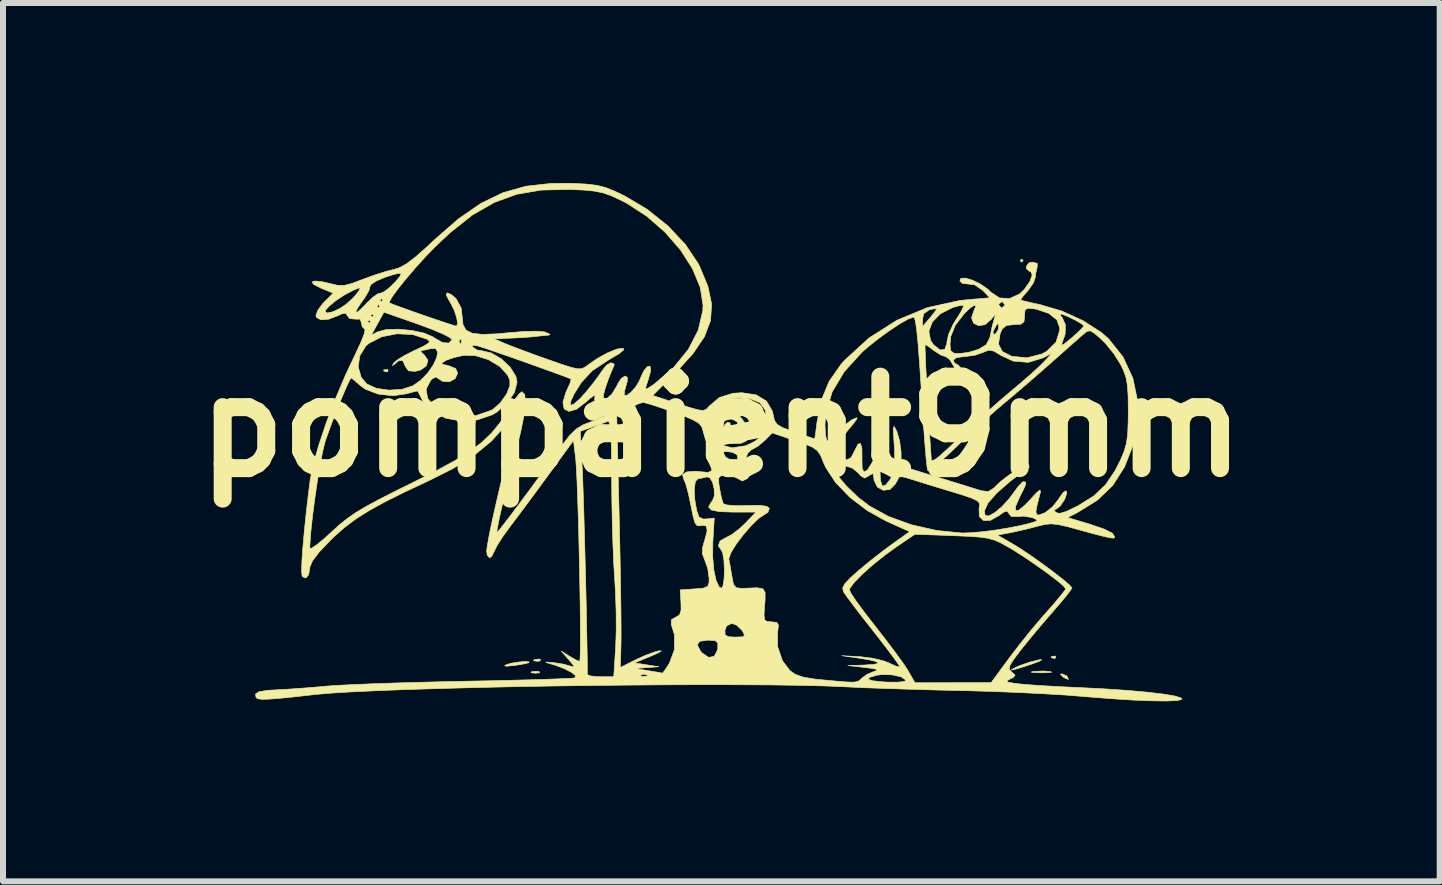
<source format=kicad_pcb>
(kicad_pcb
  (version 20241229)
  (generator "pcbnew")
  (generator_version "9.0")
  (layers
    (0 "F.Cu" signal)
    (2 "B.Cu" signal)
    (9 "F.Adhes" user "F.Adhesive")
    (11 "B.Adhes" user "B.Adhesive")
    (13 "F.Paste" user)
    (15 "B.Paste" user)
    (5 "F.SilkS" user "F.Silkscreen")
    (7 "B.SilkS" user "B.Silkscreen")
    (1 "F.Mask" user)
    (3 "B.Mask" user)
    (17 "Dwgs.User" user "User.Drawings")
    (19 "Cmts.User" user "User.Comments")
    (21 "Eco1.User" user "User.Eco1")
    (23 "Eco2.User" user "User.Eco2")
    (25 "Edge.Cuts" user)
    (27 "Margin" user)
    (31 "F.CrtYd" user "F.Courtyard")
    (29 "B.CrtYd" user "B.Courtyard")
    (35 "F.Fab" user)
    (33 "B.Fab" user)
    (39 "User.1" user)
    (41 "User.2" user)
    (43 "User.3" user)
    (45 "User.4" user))
  (footprint "pompaient9mm"
    (layer "F.Cu")
    (at 8.97 4.061)
    (property "Reference" "pompaient9mm" (at 0 0 0) (layer "F.SilkS") (effects (font (size 1.524 1.524) (thickness 0.3))))
    (attr through_hole)
    (fp_poly (pts (xy 5.029 -2.769) (xy 5.004 -2.743) (xy 4.978 -2.769) (xy 5.004 -2.794) (xy 5.029 -2.769)) (stroke (width 0.01) (type solid)) (fill yes) (layer "F.SilkS"))
    (fp_poly (pts (xy -5.554 -0.948) (xy -5.561 -0.918) (xy -5.588 -0.914) (xy -5.63 -0.933) (xy -5.622 -0.948) (xy -5.562 -0.954) (xy -5.554 -0.948)) (stroke (width 0.01) (type solid)) (fill yes) (layer "F.SilkS"))
    (fp_poly (pts (xy -3.035 4.081) (xy -3.029 4.1) (xy -3.099 4.107) (xy -3.171 4.099) (xy -3.162 4.081) (xy -3.058 4.074) (xy -3.035 4.081)) (stroke (width 0.01) (type solid)) (fill yes) (layer "F.SilkS"))
    (fp_poly (pts (xy -3.011 3.881) (xy -3.026 3.904) (xy -3.078 3.908) (xy -3.132 3.895) (xy -3.108 3.877) (xy -3.029 3.871) (xy -3.011 3.881)) (stroke (width 0.01) (type solid)) (fill yes) (layer "F.SilkS"))
    (fp_poly (pts (xy 5.571 3.827) (xy 5.564 3.857) (xy 5.537 3.861) (xy 5.495 3.842) (xy 5.503 3.827) (xy 5.564 3.821) (xy 5.571 3.827)) (stroke (width 0.01) (type solid)) (fill yes) (layer "F.SilkS"))
    (fp_poly (pts (xy 5.755 4.152) (xy 5.766 4.166) (xy 5.784 4.211) (xy 5.736 4.194) (xy 5.69 4.166) (xy 5.651 4.125) (xy 5.674 4.116) (xy 5.755 4.152)) (stroke (width 0.01) (type solid)) (fill yes) (layer "F.SilkS"))
    (fp_poly (pts (xy 5.474 4.078) (xy 5.505 4.089) (xy 5.448 4.097) (xy 5.334 4.1) (xy 5.209 4.096) (xy 5.162 4.088) (xy 5.194 4.078) (xy 5.358 4.07) (xy 5.474 4.078)) (stroke (width 0.01) (type solid)) (fill yes) (layer "F.SilkS"))
    (fp_poly (pts (xy -3.207 3.917) (xy -3.205 3.93) (xy -3.263 3.947) (xy -3.387 3.969) (xy -3.454 3.978) (xy -3.582 3.991) (xy -3.611 3.98) (xy -3.581 3.964) (xy -3.494 3.939) (xy -3.38 3.921) (xy -3.273 3.912) (xy -3.207 3.917)) (stroke (width 0.01) (type solid)) (fill yes) (layer "F.SilkS"))
    (fp_poly (pts (xy 5.34 3.883) (xy 5.293 3.91) (xy 5.169 3.956) (xy 5.156 3.96) (xy 4.961 4.023) (xy 4.853 4.053) (xy 4.833 4.049) (xy 4.904 4.011) (xy 4.971 3.981) (xy 5.138 3.922) (xy 5.3 3.882) (xy 5.301 3.882) (xy 5.34 3.883)) (stroke (width 0.01) (type solid)) (fill yes) (layer "F.SilkS"))
    (fp_poly (pts (xy -2.254 -4.044) (xy -2.075 -4.023) (xy -1.922 -3.984) (xy -1.759 -3.917) (xy -1.606 -3.843) (xy -1.233 -3.621) (xy -0.89 -3.346) (xy -0.6 -3.038) (xy -0.386 -2.719) (xy -0.363 -2.674) (xy -0.224 -2.34) (xy -0.162 -2.044) (xy -0.18 -1.769) (xy -0.282 -1.5) (xy -0.471 -1.221) (xy -0.731 -0.933) (xy -1.143 -0.521) (xy -0.714 -0.381) (xy -0.509 -0.315) (xy -0.379 -0.28) (xy -0.3 -0.272) (xy -0.251 -0.291) (xy -0.209 -0.335) (xy -0.204 -0.342) (xy -0.033 -0.487) (xy 0.193 -0.558) (xy 0.342 -0.567) (xy 0.581 -0.531) (xy 0.753 -0.427) (xy 0.85 -0.26) (xy 0.864 -0.198) (xy 0.885 -0.104) (xy 0.929 -0.039) (xy 1.02 0.014) (xy 1.181 0.075) (xy 1.219 0.088) (xy 1.384 0.145) (xy 1.505 0.186) (xy 1.555 0.203) (xy 1.555 0.203) (xy 1.564 0.157) (xy 1.579 0.04) (xy 1.59 -0.043) (xy 1.727 -0.043) (xy 1.734 0.134) (xy 1.757 0.227) (xy 1.8 0.254) (xy 1.873 0.212) (xy 1.905 0.154) (xy 1.962 0.066) (xy 2.065 -0.035) (xy 2.177 -0.118) (xy 2.262 -0.152) (xy 2.251 -0.119) (xy 2.186 -0.033) (xy 2.114 0.051) (xy 1.98 0.227) (xy 1.934 0.366) (xy 1.973 0.477) (xy 1.991 0.498) (xy 2.084 0.555) (xy 2.161 0.516) (xy 2.223 0.397) (xy 2.277 0.29) (xy 2.319 0.279) (xy 2.342 0.358) (xy 2.344 0.523) (xy 2.343 0.535) (xy 2.346 0.693) (xy 2.377 0.754) (xy 2.435 0.721) (xy 2.514 0.594) (xy 2.57 0.476) (xy 2.647 0.322) (xy 2.706 0.238) (xy 2.736 0.231) (xy 2.731 0.303) (xy 2.698 0.411) (xy 2.66 0.57) (xy 2.644 0.74) (xy 2.65 0.888) (xy 2.679 0.979) (xy 2.69 0.989) (xy 2.742 0.969) (xy 2.809 0.882) (xy 2.824 0.855) (xy 2.87 0.735) (xy 2.889 0.589) (xy 2.886 0.385) (xy 2.881 0.307) (xy 2.868 0.118) (xy 2.866 0.018) (xy 2.878 -0.005) (xy 2.904 0.038) (xy 2.923 0.076) (xy 2.969 0.23) (xy 2.994 0.411) (xy 2.995 0.442) (xy 2.997 0.655) (xy 3.594 0.838) (xy 3.838 0.913) (xy 4.059 0.981) (xy 4.23 1.035) (xy 4.327 1.065) (xy 4.447 1.081) (xy 4.542 1.021) (xy 4.555 1.006) (xy 4.656 0.911) (xy 4.788 0.809) (xy 4.924 0.716) (xy 5.04 0.649) (xy 5.11 0.627) (xy 5.117 0.63) (xy 5.129 0.673) (xy 5.127 0.675) (xy 4.819 0.904) (xy 4.59 1.104) (xy 4.443 1.272) (xy 4.383 1.404) (xy 4.396 1.476) (xy 4.454 1.487) (xy 4.553 1.434) (xy 4.674 1.334) (xy 4.795 1.201) (xy 4.861 1.112) (xy 4.947 0.995) (xy 5.016 0.924) (xy 5.036 0.914) (xy 5.071 0.923) (xy 5.071 0.962) (xy 5.031 1.053) (xy 4.972 1.169) (xy 4.905 1.322) (xy 4.9 1.398) (xy 4.952 1.394) (xy 5.056 1.309) (xy 5.142 1.219) (xy 5.251 1.101) (xy 5.307 1.055) (xy 5.319 1.077) (xy 5.31 1.118) (xy 5.262 1.302) (xy 5.242 1.409) (xy 5.25 1.459) (xy 5.285 1.472) (xy 5.29 1.472) (xy 5.398 1.431) (xy 5.521 1.332) (xy 5.622 1.205) (xy 5.635 1.181) (xy 5.697 1.094) (xy 5.743 1.067) (xy 5.757 1.105) (xy 5.725 1.2) (xy 5.715 1.219) (xy 5.645 1.323) (xy 5.581 1.371) (xy 5.577 1.372) (xy 5.544 1.389) (xy 5.573 1.428) (xy 5.634 1.445) (xy 5.748 1.412) (xy 5.928 1.325) (xy 5.942 1.318) (xy 6.204 1.155) (xy 6.402 0.968) (xy 6.563 0.728) (xy 6.649 0.559) (xy 6.71 0.415) (xy 6.749 0.281) (xy 6.771 0.124) (xy 6.779 -0.084) (xy 6.781 -0.254) (xy 6.778 -0.507) (xy 6.767 -0.688) (xy 6.742 -0.823) (xy 6.699 -0.944) (xy 6.656 -1.033) (xy 6.54 -1.218) (xy 6.394 -1.397) (xy 6.334 -1.456) (xy 6.217 -1.558) (xy 6.146 -1.599) (xy 6.09 -1.588) (xy 6.028 -1.538) (xy 5.947 -1.467) (xy 5.81 -1.346) (xy 5.637 -1.192) (xy 5.461 -1.037) (xy 5.244 -0.846) (xy 5.019 -0.652) (xy 4.816 -0.479) (xy 4.699 -0.382) (xy 4.538 -0.244) (xy 4.333 -0.06) (xy 4.112 0.146) (xy 3.931 0.32) (xy 3.755 0.486) (xy 3.605 0.618) (xy 3.496 0.703) (xy 3.442 0.729) (xy 3.439 0.727) (xy 3.427 0.664) (xy 3.411 0.517) (xy 3.393 0.302) (xy 3.373 0.037) (xy 3.356 -0.231) (xy 3.326 -0.711) (xy 3.3 -1.097) (xy 3.282 -1.324) (xy 3.394 -1.324) (xy 3.399 -1.192) (xy 3.407 -0.994) (xy 3.42 -0.748) (xy 3.435 -0.47) (xy 3.452 -0.179) (xy 3.469 0.109) (xy 3.487 0.374) (xy 3.501 0.583) (xy 3.537 0.569) (xy 3.629 0.495) (xy 3.766 0.372) (xy 3.934 0.213) (xy 3.95 0.198) (xy 4.175 -0.016) (xy 4.425 -0.245) (xy 4.665 -0.456) (xy 4.801 -0.571) (xy 4.991 -0.731) (xy 5.169 -0.886) (xy 5.308 -1.014) (xy 5.359 -1.065) (xy 5.512 -1.226) (xy 5.359 -1.147) (xy 5.115 -1.073) (xy 4.864 -1.094) (xy 4.663 -1.187) (xy 4.542 -1.26) (xy 4.458 -1.277) (xy 4.37 -1.243) (xy 4.364 -1.24) (xy 4.229 -1.193) (xy 4.065 -1.17) (xy 4.051 -1.17) (xy 3.921 -1.152) (xy 3.862 -1.111) (xy 3.886 -1.06) (xy 3.937 -1.034) (xy 4.005 -0.97) (xy 4.013 -0.934) (xy 3.994 -0.868) (xy 3.947 -0.887) (xy 3.885 -0.983) (xy 3.869 -1.016) (xy 3.805 -1.121) (xy 3.74 -1.168) (xy 3.736 -1.168) (xy 3.653 -1.198) (xy 3.544 -1.269) (xy 3.542 -1.27) (xy 3.449 -1.34) (xy 3.397 -1.371) (xy 3.396 -1.372) (xy 3.394 -1.324) (xy 3.282 -1.324) (xy 3.277 -1.394) (xy 3.257 -1.591) (xy 3.458 -1.591) (xy 3.487 -1.437) (xy 3.538 -1.363) (xy 3.645 -1.28) (xy 3.722 -1.288) (xy 3.754 -1.375) (xy 3.81 -1.375) (xy 3.822 -1.265) (xy 3.879 -1.224) (xy 3.964 -1.219) (xy 4.122 -1.24) (xy 4.286 -1.289) (xy 4.287 -1.29) (xy 4.415 -1.368) (xy 4.42 -1.378) (xy 4.618 -1.378) (xy 4.681 -1.255) (xy 4.835 -1.175) (xy 4.84 -1.174) (xy 5.091 -1.149) (xy 5.336 -1.211) (xy 5.424 -1.258) (xy 5.576 -1.408) (xy 5.637 -1.602) (xy 5.639 -1.646) (xy 5.591 -1.782) (xy 5.504 -1.851) (xy 5.652 -1.851) (xy 5.679 -1.819) (xy 5.733 -1.702) (xy 5.729 -1.543) (xy 5.681 -1.406) (xy 5.665 -1.358) (xy 5.706 -1.373) (xy 5.81 -1.457) (xy 5.829 -1.473) (xy 5.946 -1.577) (xy 6.023 -1.654) (xy 6.041 -1.68) (xy 6.003 -1.715) (xy 5.908 -1.771) (xy 5.792 -1.829) (xy 5.692 -1.871) (xy 5.652 -1.88) (xy 5.652 -1.851) (xy 5.504 -1.851) (xy 5.457 -1.889) (xy 5.252 -1.958) (xy 5.223 -1.963) (xy 5.107 -1.975) (xy 5.06 -1.945) (xy 5.052 -1.852) (xy 5.052 -1.846) (xy 5.043 -1.749) (xy 4.992 -1.709) (xy 4.877 -1.702) (xy 4.749 -1.688) (xy 4.679 -1.627) (xy 4.645 -1.549) (xy 4.618 -1.378) (xy 4.42 -1.378) (xy 4.475 -1.486) (xy 4.484 -1.531) (xy 4.495 -1.583) (xy 4.527 -1.583) (xy 4.535 -1.539) (xy 4.572 -1.549) (xy 4.616 -1.622) (xy 4.622 -1.667) (xy 4.614 -1.724) (xy 4.579 -1.687) (xy 4.572 -1.676) (xy 4.527 -1.583) (xy 4.495 -1.583) (xy 4.515 -1.682) (xy 4.549 -1.803) (xy 4.566 -1.865) (xy 4.542 -1.847) (xy 4.499 -1.791) (xy 4.393 -1.701) (xy 4.286 -1.684) (xy 4.203 -1.726) (xy 4.169 -1.815) (xy 4.209 -1.937) (xy 4.243 -2.014) (xy 4.216 -2.026) (xy 4.143 -1.977) (xy 4.054 -1.892) (xy 3.899 -1.693) (xy 3.823 -1.505) (xy 3.81 -1.375) (xy 3.754 -1.375) (xy 3.758 -1.385) (xy 3.759 -1.415) (xy 3.787 -1.541) (xy 3.859 -1.7) (xy 3.909 -1.782) (xy 3.989 -1.91) (xy 4.034 -1.999) (xy 4.038 -2.024) (xy 3.982 -2.022) (xy 3.871 -1.992) (xy 3.853 -1.986) (xy 3.649 -1.882) (xy 3.515 -1.745) (xy 3.458 -1.591) (xy 3.257 -1.591) (xy 3.255 -1.609) (xy 3.236 -1.748) (xy 3.223 -1.795) (xy 3.353 -1.795) (xy 3.353 -1.671) (xy 3.475 -1.813) (xy 3.552 -1.908) (xy 3.588 -1.963) (xy 3.588 -1.966) (xy 3.537 -1.964) (xy 3.465 -1.948) (xy 3.372 -1.884) (xy 3.353 -1.795) (xy 3.223 -1.795) (xy 3.218 -1.817) (xy 3.207 -1.828) (xy 3.118 -1.797) (xy 2.974 -1.716) (xy 2.797 -1.599) (xy 2.609 -1.462) (xy 2.431 -1.32) (xy 2.344 -1.243) (xy 2.048 -0.918) (xy 1.846 -0.579) (xy 1.742 -0.232) (xy 1.727 -0.043) (xy 1.59 -0.043) (xy 1.592 -0.064) (xy 1.665 -0.439) (xy 1.795 -0.754) (xy 1.995 -1.041) (xy 2.05 -1.103) (xy 2.459 -1.478) (xy 2.926 -1.775) (xy 3.435 -1.986) (xy 3.647 -2.032) (xy 4.623 -2.032) (xy 4.661 -1.983) (xy 4.674 -1.981) (xy 4.723 -2.02) (xy 4.724 -2.032) (xy 4.686 -2.081) (xy 4.674 -2.083) (xy 4.624 -2.044) (xy 4.623 -2.032) (xy 3.647 -2.032) (xy 3.974 -2.104) (xy 4.101 -2.117) (xy 4.474 -2.149) (xy 4.36 -2.27) (xy 4.221 -2.365) (xy 4.121 -2.377) (xy 4.019 -2.388) (xy 3.975 -2.426) (xy 3.99 -2.474) (xy 4.066 -2.477) (xy 4.182 -2.443) (xy 4.312 -2.38) (xy 4.433 -2.298) (xy 4.491 -2.242) (xy 4.636 -2.146) (xy 4.804 -2.137) (xy 4.97 -2.213) (xy 5.05 -2.29) (xy 5.143 -2.424) (xy 5.18 -2.529) (xy 5.156 -2.586) (xy 5.131 -2.591) (xy 5.086 -2.632) (xy 5.08 -2.667) (xy 5.123 -2.729) (xy 5.187 -2.743) (xy 5.264 -2.722) (xy 5.263 -2.663) (xy 5.235 -2.539) (xy 5.232 -2.492) (xy 5.2 -2.397) (xy 5.119 -2.281) (xy 5.103 -2.262) (xy 5.023 -2.17) (xy 4.988 -2.116) (xy 4.988 -2.111) (xy 5.042 -2.096) (xy 5.167 -2.066) (xy 5.309 -2.036) (xy 5.674 -1.928) (xy 6.024 -1.769) (xy 6.325 -1.576) (xy 6.45 -1.469) (xy 6.692 -1.165) (xy 6.857 -0.81) (xy 6.938 -0.421) (xy 6.932 -0.017) (xy 6.867 0.288) (xy 6.718 0.671) (xy 6.523 0.977) (xy 6.266 1.224) (xy 5.931 1.431) (xy 5.92 1.437) (xy 5.769 1.513) (xy 6.134 1.622) (xy 6.374 1.703) (xy 6.515 1.774) (xy 6.555 1.835) (xy 6.542 1.856) (xy 6.488 1.852) (xy 6.358 1.824) (xy 6.173 1.776) (xy 6.017 1.733) (xy 5.782 1.668) (xy 5.618 1.631) (xy 5.497 1.618) (xy 5.394 1.627) (xy 5.283 1.654) (xy 5.08 1.707) (xy 4.868 1.755) (xy 4.827 1.763) (xy 4.6 1.806) (xy 4.853 1.951) (xy 4.999 2.041) (xy 5.175 2.16) (xy 5.362 2.293) (xy 5.541 2.426) (xy 5.693 2.545) (xy 5.8 2.636) (xy 5.842 2.685) (xy 5.842 2.686) (xy 5.81 2.736) (xy 5.726 2.844) (xy 5.602 2.991) (xy 5.513 3.094) (xy 5.338 3.296) (xy 5.16 3.509) (xy 5.009 3.695) (xy 4.969 3.746) (xy 4.858 3.895) (xy 4.804 3.986) (xy 4.798 4.042) (xy 4.833 4.082) (xy 4.84 4.088) (xy 4.895 4.139) (xy 4.866 4.176) (xy 4.813 4.202) (xy 4.758 4.233) (xy 4.773 4.255) (xy 4.871 4.273) (xy 4.953 4.284) (xy 5.098 4.297) (xy 5.317 4.313) (xy 5.584 4.328) (xy 5.871 4.342) (xy 5.944 4.345) (xy 6.374 4.367) (xy 6.763 4.393) (xy 7.098 4.423) (xy 7.369 4.455) (xy 7.562 4.488) (xy 7.665 4.521) (xy 7.668 4.547) (xy 7.582 4.563) (xy 7.415 4.57) (xy 7.18 4.567) (xy 6.887 4.556) (xy 6.548 4.535) (xy 6.172 4.506) (xy 6.052 4.496) (xy 5.737 4.471) (xy 5.351 4.448) (xy 4.925 4.427) (xy 4.491 4.41) (xy 4.079 4.398) (xy 4.013 4.397) (xy 3.616 4.388) (xy 3.198 4.376) (xy 2.789 4.363) (xy 2.418 4.35) (xy 2.112 4.336) (xy 2.057 4.333) (xy 1.722 4.319) (xy 1.307 4.309) (xy 0.823 4.302) (xy 0.283 4.299) (xy -0.302 4.298) (xy -0.922 4.3) (xy -1.565 4.305) (xy -2.22 4.312) (xy -2.875 4.321) (xy -3.519 4.333) (xy -4.141 4.347) (xy -4.73 4.363) (xy -5.273 4.38) (xy -5.761 4.399) (xy -6.182 4.419) (xy -6.523 4.44) (xy -6.775 4.462) (xy -6.782 4.463) (xy -7.117 4.501) (xy -7.366 4.526) (xy -7.54 4.539) (xy -7.653 4.542) (xy -7.718 4.534) (xy -7.75 4.516) (xy -7.753 4.512) (xy -7.763 4.454) (xy -7.702 4.415) (xy -7.559 4.392) (xy -7.4 4.383) (xy -7.205 4.372) (xy -6.953 4.354) (xy -6.686 4.332) (xy -6.579 4.322) (xy -6.405 4.31) (xy -6.145 4.297) (xy -5.817 4.283) (xy -5.436 4.27) (xy -5.018 4.258) (xy -4.581 4.247) (xy -4.293 4.241) (xy -3.875 4.233) (xy -3.488 4.224) (xy -3.144 4.215) (xy -2.856 4.206) (xy -2.634 4.197) (xy -2.491 4.19) (xy -2.441 4.185) (xy -2.427 4.151) (xy -2.489 4.097) (xy -2.607 4.035) (xy -2.759 3.976) (xy -2.819 3.958) (xy -2.915 3.93) (xy -2.92 3.921) (xy -2.829 3.928) (xy -2.794 3.931) (xy -2.641 3.954) (xy -2.517 3.987) (xy -2.515 3.988) (xy -2.457 4.005) (xy -2.463 3.977) (xy -2.536 3.889) (xy -2.54 3.884) (xy -2.667 3.739) (xy -2.529 3.825) (xy -2.425 3.885) (xy -2.362 3.912) (xy -2.361 3.912) (xy -2.354 3.863) (xy -2.35 3.728) (xy -2.348 3.519) (xy -2.35 3.251) (xy -2.353 2.939) (xy -2.359 2.597) (xy -2.366 2.238) (xy -2.374 1.878) (xy -2.383 1.53) (xy -2.394 1.208) (xy -2.404 0.928) (xy -2.415 0.702) (xy -2.426 0.546) (xy -2.43 0.509) (xy -2.464 0.23) (xy -2.89 0.814) (xy -3.066 1.054) (xy -3.242 1.292) (xy -3.399 1.503) (xy -3.518 1.66) (xy -3.53 1.676) (xy -3.645 1.835) (xy -3.736 1.978) (xy -3.781 2.07) (xy -3.826 2.159) (xy -3.864 2.184) (xy -3.901 2.141) (xy -3.911 2.07) (xy -3.898 1.97) (xy -3.865 1.79) (xy -3.815 1.551) (xy -3.752 1.271) (xy -3.682 0.97) (xy -3.608 0.667) (xy -3.536 0.381) (xy -3.481 0.181) (xy -3.428 -0.018) (xy -3.388 -0.176) (xy -3.369 -0.27) (xy -3.368 -0.286) (xy -3.403 -0.256) (xy -3.482 -0.165) (xy -3.589 -0.031) (xy -3.592 -0.027) (xy -3.831 0.239) (xy -4.119 0.476) (xy -4.474 0.698) (xy -4.879 0.901) (xy -5.284 1.091) (xy -5.61 1.254) (xy -5.873 1.399) (xy -6.09 1.536) (xy -6.275 1.675) (xy -6.446 1.825) (xy -6.511 1.888) (xy -6.699 2.085) (xy -6.812 2.232) (xy -6.857 2.339) (xy -6.858 2.357) (xy -6.878 2.468) (xy -6.925 2.521) (xy -6.98 2.497) (xy -6.986 2.488) (xy -6.994 2.416) (xy -6.99 2.257) (xy -6.975 2.027) (xy -6.974 2.025) (xy -6.857 2.025) (xy -6.824 2.023) (xy -6.734 1.961) (xy -6.602 1.851) (xy -6.501 1.759) (xy -6.368 1.637) (xy -6.237 1.532) (xy -6.092 1.431) (xy -5.915 1.326) (xy -5.691 1.205) (xy -5.403 1.059) (xy -5.168 0.943) (xy -4.768 0.743) (xy -4.449 0.57) (xy -4.195 0.414) (xy -3.994 0.263) (xy -3.83 0.107) (xy -3.691 -0.064) (xy -3.561 -0.262) (xy -3.533 -0.308) (xy -3.442 -0.452) (xy -3.365 -0.552) (xy -3.324 -0.584) (xy -3.276 -0.538) (xy -3.265 -0.405) (xy -3.288 -0.192) (xy -3.345 0.092) (xy -3.409 0.34) (xy -3.48 0.609) (xy -3.551 0.886) (xy -3.615 1.154) (xy -3.671 1.393) (xy -3.713 1.586) (xy -3.737 1.716) (xy -3.739 1.764) (xy -3.707 1.729) (xy -3.626 1.626) (xy -3.505 1.468) (xy -3.355 1.268) (xy -3.187 1.042) (xy -3.011 0.801) (xy -2.836 0.56) (xy -2.683 0.347) (xy -2.536 0.155) (xy -2.456 0.076) (xy -2.351 0.076) (xy -2.316 0.726) (xy -2.309 0.892) (xy -2.301 1.134) (xy -2.291 1.435) (xy -2.282 1.779) (xy -2.272 2.149) (xy -2.262 2.531) (xy -2.253 2.906) (xy -2.246 3.26) (xy -2.24 3.576) (xy -2.235 3.837) (xy -2.233 4.028) (xy -2.234 4.128) (xy -2.189 4.151) (xy -2.076 4.164) (xy -2.014 4.166) (xy -1.793 4.166) (xy -1.792 4.153) (xy -1.35 4.153) (xy -1.3 4.162) (xy -1.234 4.152) (xy -1.233 4.135) (xy -1.301 4.123) (xy -1.33 4.131) (xy -1.35 4.153) (xy -1.792 4.153) (xy -1.761 3.67) (xy -1.752 3.409) (xy -1.753 3.092) (xy -1.764 2.764) (xy -1.777 2.54) (xy -1.793 2.276) (xy -1.807 1.942) (xy -1.818 1.569) (xy -1.825 1.187) (xy -1.827 0.896) (xy -1.829 0.538) (xy -1.834 0.272) (xy -1.843 0.086) (xy -1.856 -0.028) (xy -1.874 -0.082) (xy -1.892 -0.089) (xy -1.978 -0.057) (xy -2.114 -0.009) (xy -2.153 0.006) (xy -2.351 0.076) (xy -2.456 0.076) (xy -2.413 0.034) (xy -2.293 -0.037) (xy -2.25 -0.053) (xy -2.089 -0.114) (xy -1.929 -0.184) (xy -1.743 -0.184) (xy -1.702 1.521) (xy -1.692 1.948) (xy -1.684 2.36) (xy -1.678 2.742) (xy -1.673 3.077) (xy -1.671 3.351) (xy -1.671 3.548) (xy -1.672 3.619) (xy -1.683 4.012) (xy -1.438 3.888) (xy -1.267 3.81) (xy -1.106 3.751) (xy -1.041 3.734) (xy -1.001 3.735) (xy -1.047 3.765) (xy -1.168 3.82) (xy -1.448 3.935) (xy -1.245 3.967) (xy -1.041 3.999) (xy -1.245 4.014) (xy -1.448 4.028) (xy -1.219 4.064) (xy -1.081 4.087) (xy -0.995 4.103) (xy -0.982 4.107) (xy -0.953 4.073) (xy -0.89 3.98) (xy -0.863 3.935) (xy -0.781 3.713) (xy -0.782 3.633) (xy -0.402 3.633) (xy -0.351 3.733) (xy -0.321 3.77) (xy -0.211 3.844) (xy -0.118 3.825) (xy -0.064 3.72) (xy -0.06 3.695) (xy -0.059 3.603) (xy -0.103 3.564) (xy -0.22 3.556) (xy -0.225 3.556) (xy -0.36 3.575) (xy -0.402 3.633) (xy -0.782 3.633) (xy -0.782 3.466) (xy -0.805 3.391) (xy 0.06 3.391) (xy 0.062 3.466) (xy 0.114 3.499) (xy 0.231 3.505) (xy 0.352 3.501) (xy 0.388 3.478) (xy 0.359 3.416) (xy 0.343 3.391) (xy 0.253 3.305) (xy 0.172 3.277) (xy 0.086 3.32) (xy 0.06 3.391) (xy -0.805 3.391) (xy -0.834 3.294) (xy -0.834 3.216) (xy -0.765 3.176) (xy -0.697 3.137) (xy -0.671 3.056) (xy -0.673 2.93) (xy -0.686 2.718) (xy -0.445 2.702) (xy -0.299 2.689) (xy -0.228 2.66) (xy -0.205 2.596) (xy -0.204 2.525) (xy -0.227 2.359) (xy -0.275 2.226) (xy -0.317 2.115) (xy -0.311 2.002) (xy -0.279 1.896) (xy -0.237 1.735) (xy -0.251 1.653) (xy -0.322 1.642) (xy -0.352 1.65) (xy -0.4 1.65) (xy -0.438 1.604) (xy -0.471 1.492) (xy -0.508 1.309) (xy -0.548 1.119) (xy -0.571 1.032) (xy -0.451 1.032) (xy -0.443 1.21) (xy -0.411 1.397) (xy -0.372 1.505) (xy -0.3 1.538) (xy -0.248 1.536) (xy -0.118 1.523) (xy -0.142 1.923) (xy -0.144 2.168) (xy -0.125 2.388) (xy -0.088 2.561) (xy -0.038 2.668) (xy 0.004 2.692) (xy 0.029 2.646) (xy 0.046 2.526) (xy 0.051 2.391) (xy 0.043 2.224) (xy 0.022 2.102) (xy 0 2.057) (xy -0.05 1.984) (xy -0.021 1.902) (xy 0.07 1.851) (xy 0.173 1.798) (xy 0.306 1.696) (xy 0.385 1.622) (xy 0.579 1.422) (xy 0.188 1.422) (xy -0.037 1.414) (xy -0.168 1.387) (xy -0.212 1.338) (xy -0.174 1.263) (xy -0.149 1.236) (xy -0.117 1.155) (xy -0.119 1.039) (xy -0.147 0.924) (xy -0.19 0.854) (xy -0.045 0.854) (xy -0.042 0.948) (xy -0.03 1.024) (xy -0.002 1.167) (xy 0.026 1.267) (xy 0.033 1.283) (xy 0.095 1.304) (xy 0.23 1.315) (xy 0.409 1.314) (xy 0.421 1.313) (xy 0.632 1.309) (xy 0.754 1.325) (xy 0.8 1.359) (xy 0.777 1.425) (xy 0.722 1.461) (xy 0.623 1.526) (xy 0.499 1.646) (xy 0.368 1.797) (xy 0.249 1.954) (xy 0.162 2.095) (xy 0.125 2.194) (xy 0.126 2.209) (xy 0.148 2.327) (xy 0.174 2.483) (xy 0.178 2.506) (xy 0.203 2.629) (xy 0.248 2.683) (xy 0.344 2.693) (xy 0.422 2.69) (xy 0.597 2.683) (xy 0.693 2.701) (xy 0.729 2.762) (xy 0.729 2.888) (xy 0.722 2.972) (xy 0.711 3.131) (xy 0.719 3.214) (xy 0.757 3.246) (xy 0.834 3.251) (xy 0.834 3.251) (xy 0.923 3.26) (xy 0.952 3.306) (xy 0.938 3.419) (xy 0.937 3.426) (xy 0.938 3.665) (xy 1.018 3.899) (xy 1.141 4.062) (xy 1.235 4.128) (xy 1.367 4.173) (xy 1.563 4.205) (xy 1.661 4.215) (xy 1.917 4.239) (xy 2.091 4.253) (xy 2.201 4.256) (xy 2.266 4.247) (xy 2.304 4.227) (xy 2.322 4.208) (xy 2.449 4.208) (xy 2.523 4.233) (xy 2.691 4.251) (xy 2.772 4.255) (xy 2.947 4.256) (xy 3.053 4.243) (xy 3.076 4.221) (xy 2.995 4.168) (xy 2.854 4.135) (xy 2.691 4.128) (xy 2.591 4.14) (xy 2.47 4.176) (xy 2.449 4.208) (xy 2.322 4.208) (xy 2.333 4.196) (xy 2.424 4.128) (xy 2.529 4.084) (xy 2.595 4.06) (xy 2.589 4.042) (xy 2.499 4.025) (xy 2.388 4.011) (xy 2.108 3.979) (xy 2.383 3.971) (xy 2.549 3.959) (xy 2.616 3.94) (xy 2.584 3.913) (xy 2.454 3.882) (xy 2.301 3.857) (xy 2.007 3.815) (xy 2.316 3.832) (xy 2.515 3.856) (xy 2.699 3.9) (xy 2.79 3.935) (xy 2.903 3.987) (xy 2.969 4.005) (xy 2.974 4.003) (xy 2.95 3.959) (xy 2.874 3.85) (xy 2.755 3.692) (xy 2.605 3.497) (xy 2.537 3.411) (xy 2.37 3.198) (xy 2.224 3.008) (xy 2.111 2.857) (xy 2.044 2.763) (xy 2.034 2.747) (xy 2.029 2.72) (xy 2.134 2.72) (xy 2.164 2.782) (xy 2.247 2.906) (xy 2.371 3.075) (xy 2.524 3.273) (xy 2.566 3.327) (xy 2.737 3.546) (xy 2.895 3.755) (xy 3.023 3.932) (xy 3.106 4.056) (xy 3.112 4.067) (xy 3.226 4.266) (xy 3.861 4.265) (xy 4.496 4.264) (xy 4.789 3.865) (xy 4.968 3.631) (xy 5.176 3.372) (xy 5.375 3.138) (xy 5.411 3.098) (xy 5.552 2.938) (xy 5.662 2.806) (xy 5.728 2.721) (xy 5.739 2.699) (xy 5.699 2.65) (xy 5.592 2.56) (xy 5.438 2.443) (xy 5.255 2.312) (xy 5.064 2.181) (xy 4.881 2.064) (xy 4.801 2.016) (xy 4.669 1.942) (xy 4.557 1.891) (xy 4.442 1.858) (xy 4.297 1.838) (xy 4.097 1.825) (xy 3.861 1.815) (xy 3.226 1.791) (xy 2.921 1.998) (xy 2.717 2.146) (xy 2.52 2.304) (xy 2.348 2.458) (xy 2.216 2.592) (xy 2.143 2.69) (xy 2.134 2.72) (xy 2.029 2.72) (xy 2.022 2.687) (xy 2.059 2.615) (xy 2.156 2.513) (xy 2.273 2.408) (xy 2.469 2.245) (xy 2.689 2.073) (xy 2.85 1.954) (xy 3.139 1.748) (xy 2.754 1.575) (xy 2.432 1.397) (xy 2.141 1.175) (xy 1.903 0.928) (xy 1.737 0.674) (xy 1.704 0.6) (xy 1.657 0.484) (xy 1.78 0.484) (xy 1.818 0.623) (xy 1.924 0.798) (xy 2.084 0.988) (xy 2.279 1.176) (xy 2.464 1.318) (xy 2.783 1.494) (xy 3.17 1.634) (xy 3.591 1.729) (xy 4.013 1.771) (xy 4.156 1.766) (xy 4.355 1.749) (xy 4.547 1.725) (xy 4.762 1.69) (xy 4.969 1.65) (xy 5.105 1.618) (xy 5.229 1.582) (xy 5.265 1.557) (xy 5.223 1.531) (xy 5.183 1.515) (xy 5.04 1.489) (xy 4.94 1.497) (xy 4.831 1.494) (xy 4.794 1.449) (xy 4.762 1.405) (xy 4.703 1.424) (xy 4.636 1.474) (xy 4.485 1.559) (xy 4.368 1.563) (xy 4.299 1.495) (xy 4.294 1.359) (xy 4.301 1.33) (xy 4.303 1.279) (xy 4.267 1.236) (xy 4.177 1.191) (xy 4.015 1.136) (xy 3.878 1.094) (xy 3.647 1.024) (xy 3.423 0.956) (xy 3.246 0.9) (xy 3.204 0.887) (xy 3.07 0.846) (xy 2.985 0.825) (xy 2.97 0.826) (xy 2.942 0.875) (xy 2.901 0.953) (xy 2.81 1.045) (xy 2.699 1.059) (xy 2.6 1.005) (xy 2.544 0.891) (xy 2.54 0.847) (xy 2.529 0.781) (xy 2.48 0.8) (xy 2.458 0.818) (xy 2.389 0.855) (xy 2.325 0.819) (xy 2.285 0.773) (xy 2.183 0.689) (xy 2.092 0.66) (xy 1.993 0.622) (xy 1.892 0.529) (xy 1.885 0.521) (xy 1.816 0.434) (xy 1.786 0.426) (xy 1.78 0.484) (xy 1.657 0.484) (xy 1.655 0.479) (xy 1.601 0.399) (xy 1.518 0.34) (xy 1.381 0.284) (xy 1.231 0.232) (xy 0.848 0.103) (xy 0.724 0.228) (xy 0.61 0.323) (xy 0.506 0.382) (xy 0.503 0.383) (xy 0.441 0.438) (xy 0.407 0.53) (xy 0.409 0.618) (xy 0.452 0.66) (xy 0.457 0.66) (xy 0.504 0.695) (xy 0.496 0.774) (xy 0.438 0.858) (xy 0.43 0.865) (xy 0.348 0.904) (xy 0.292 0.872) (xy 0.201 0.828) (xy 0.085 0.813) (xy -0.008 0.818) (xy -0.045 0.854) (xy -0.19 0.854) (xy -0.194 0.847) (xy -0.239 0.835) (xy -0.353 0.862) (xy -0.385 0.864) (xy -0.432 0.909) (xy -0.451 1.032) (xy -0.571 1.032) (xy -0.589 0.964) (xy -0.625 0.876) (xy -0.627 0.872) (xy -0.647 0.798) (xy -0.58 0.753) (xy -0.439 0.741) (xy -0.349 0.749) (xy -0.222 0.761) (xy -0.167 0.738) (xy -0.153 0.659) (xy -0.152 0.613) (xy -0.159 0.559) (xy -0.051 0.559) (xy -0.042 0.667) (xy 0.006 0.705) (xy 0.114 0.702) (xy 0.23 0.677) (xy 0.275 0.618) (xy 0.279 0.559) (xy 0.262 0.468) (xy 0.19 0.427) (xy 0.114 0.416) (xy 0.001 0.414) (xy -0.043 0.456) (xy -0.051 0.559) (xy -0.159 0.559) (xy -0.171 0.459) (xy -0.212 0.34) (xy -0.267 0.205) (xy -0.298 0.095) (xy -0.192 0.095) (xy -0.127 0.231) (xy -0.051 0.29) (xy 0.177 0.351) (xy 0.411 0.316) (xy 0.564 0.24) (xy 0.685 0.138) (xy 0.739 0.019) (xy 0.752 -0.08) (xy 0.733 -0.274) (xy 0.641 -0.402) (xy 0.471 -0.469) (xy 0.302 -0.483) (xy 0.147 -0.473) (xy 0.034 -0.448) (xy 0.005 -0.432) (xy 0.011 -0.401) (xy 0.114 -0.395) (xy 0.178 -0.398) (xy 0.338 -0.399) (xy 0.448 -0.357) (xy 0.531 -0.287) (xy 0.618 -0.181) (xy 0.66 -0.094) (xy 0.66 -0.085) (xy 0.62 0.031) (xy 0.519 0.154) (xy 0.392 0.249) (xy 0.323 0.277) (xy 0.166 0.282) (xy 0.011 0.233) (xy -0.101 0.148) (xy -0.128 0.098) (xy -0.129 -0.043) (xy -0.057 -0.157) (xy 0.061 -0.226) (xy 0.196 -0.233) (xy 0.307 -0.176) (xy 0.395 -0.06) (xy 0.383 0.039) (xy 0.308 0.1) (xy 0.199 0.126) (xy 0.104 0.099) (xy 0.048 0.04) (xy 0.055 -0.032) (xy 0.102 -0.076) (xy 0.144 -0.064) (xy 0.152 -0.024) (xy 0.182 0.037) (xy 0.216 0.038) (xy 0.279 -0.015) (xy 0.265 -0.08) (xy 0.188 -0.124) (xy 0.152 -0.127) (xy 0.054 -0.104) (xy 0.013 -0.017) (xy 0.009 0.011) (xy 0.017 0.119) (xy 0.09 0.172) (xy 0.124 0.182) (xy 0.284 0.194) (xy 0.406 0.127) (xy 0.486 0.027) (xy 0.541 -0.071) (xy 0.535 -0.137) (xy 0.481 -0.205) (xy 0.348 -0.285) (xy 0.174 -0.306) (xy 0.001 -0.269) (xy -0.105 -0.2) (xy -0.186 -0.06) (xy -0.192 0.095) (xy -0.298 0.095) (xy -0.303 0.076) (xy -0.326 0.002) (xy -0.373 -0.056) (xy -0.462 -0.111) (xy -0.613 -0.175) (xy -0.789 -0.24) (xy -0.993 -0.312) (xy -1.164 -0.368) (xy -1.277 -0.4) (xy -1.305 -0.405) (xy -1.384 -0.382) (xy -1.508 -0.322) (xy -1.554 -0.295) (xy -1.743 -0.184) (xy -1.929 -0.184) (xy -1.897 -0.198) (xy -1.803 -0.243) (xy -1.664 -0.317) (xy -1.608 -0.364) (xy -1.622 -0.394) (xy -1.649 -0.405) (xy -1.771 -0.406) (xy -1.891 -0.36) (xy -1.994 -0.31) (xy -2.05 -0.316) (xy -2.083 -0.356) (xy -2.112 -0.461) (xy -2.105 -0.508) (xy -2.119 -0.522) (xy -2.188 -0.473) (xy -2.247 -0.419) (xy -2.41 -0.294) (xy -2.538 -0.256) (xy -2.619 -0.296) (xy -2.64 -0.407) (xy -2.588 -0.58) (xy -2.564 -0.63) (xy -2.517 -0.735) (xy -2.504 -0.793) (xy -2.505 -0.795) (xy -2.556 -0.817) (xy -2.684 -0.865) (xy -2.868 -0.932) (xy -3.088 -1.011) (xy -3.326 -1.096) (xy -3.562 -1.179) (xy -3.775 -1.253) (xy -3.946 -1.311) (xy -4.055 -1.346) (xy -4.058 -1.347) (xy -4.142 -1.36) (xy -4.144 -1.326) (xy -4.069 -1.279) (xy -4.008 -1.27) (xy -3.838 -1.231) (xy -3.666 -1.131) (xy -3.519 -0.992) (xy -3.424 -0.84) (xy -3.404 -0.742) (xy -3.448 -0.572) (xy -3.566 -0.397) (xy -3.736 -0.248) (xy -3.817 -0.199) (xy -4.069 -0.114) (xy -4.333 -0.096) (xy -4.585 -0.14) (xy -4.801 -0.242) (xy -4.956 -0.397) (xy -4.978 -0.436) (xy -5.031 -0.54) (xy -5.057 -0.594) (xy -5.057 -0.595) (xy -5.102 -0.589) (xy -5.209 -0.56) (xy -5.242 -0.55) (xy -5.474 -0.517) (xy -5.716 -0.544) (xy -5.928 -0.624) (xy -6.018 -0.688) (xy -6.11 -0.77) (xy -6.166 -0.812) (xy -6.17 -0.813) (xy -6.198 -0.769) (xy -6.253 -0.65) (xy -6.326 -0.479) (xy -6.408 -0.276) (xy -6.491 -0.063) (xy -6.565 0.14) (xy -6.602 0.246) (xy -6.64 0.396) (xy -6.685 0.621) (xy -6.73 0.895) (xy -6.774 1.193) (xy -6.812 1.489) (xy -6.841 1.756) (xy -6.856 1.968) (xy -6.857 2.025) (xy -6.974 2.025) (xy -6.949 1.739) (xy -6.915 1.408) (xy -6.872 1.048) (xy -6.852 0.889) (xy -6.801 0.631) (xy -6.708 0.305) (xy -6.583 -0.067) (xy -6.432 -0.463) (xy -6.263 -0.861) (xy -6.198 -0.999) (xy -6.051 -0.999) (xy -6.002 -0.824) (xy -5.911 -0.715) (xy -5.75 -0.64) (xy -5.539 -0.61) (xy -5.319 -0.624) (xy -5.318 -0.625) (xy -4.92 -0.625) (xy -4.895 -0.476) (xy -4.807 -0.362) (xy -4.603 -0.235) (xy -4.352 -0.176) (xy -4.087 -0.187) (xy -3.838 -0.272) (xy -3.807 -0.289) (xy -3.684 -0.396) (xy -3.582 -0.54) (xy -3.575 -0.554) (xy -3.524 -0.683) (xy -3.524 -0.775) (xy -3.562 -0.861) (xy -3.69 -1.004) (xy -3.881 -1.118) (xy -4.098 -1.185) (xy -4.293 -1.19) (xy -4.451 -1.154) (xy -4.58 -1.11) (xy -4.597 -1.101) (xy -4.659 -1.061) (xy -4.639 -1.038) (xy -4.547 -1.018) (xy -4.427 -0.97) (xy -4.394 -0.894) (xy -4.436 -0.801) (xy -4.533 -0.749) (xy -4.643 -0.756) (xy -4.692 -0.787) (xy -4.757 -0.831) (xy -4.82 -0.796) (xy -4.846 -0.768) (xy -4.92 -0.625) (xy -5.318 -0.625) (xy -5.141 -0.682) (xy -5.009 -0.775) (xy -4.892 -0.896) (xy -4.801 -1.027) (xy -4.743 -1.15) (xy -4.727 -1.248) (xy -4.762 -1.303) (xy -4.839 -1.302) (xy -4.949 -1.277) (xy -5.001 -1.271) (xy -5.004 -1.246) (xy -4.95 -1.197) (xy -4.89 -1.108) (xy -4.914 -1.016) (xy -5.011 -0.946) (xy -5.102 -0.923) (xy -5.213 -0.932) (xy -5.265 -1.003) (xy -5.268 -1.012) (xy -5.31 -1.103) (xy -5.375 -1.1) (xy -5.433 -1.054) (xy -5.48 -1.017) (xy -5.465 -1.055) (xy -5.462 -1.06) (xy -5.397 -1.116) (xy -5.268 -1.194) (xy -5.115 -1.27) (xy -4.955 -1.346) (xy -4.876 -1.395) (xy -4.866 -1.43) (xy -4.906 -1.46) (xy -5.144 -1.537) (xy -5.407 -1.549) (xy -5.661 -1.499) (xy -5.872 -1.39) (xy -5.924 -1.345) (xy -6.025 -1.183) (xy -6.051 -0.999) (xy -6.198 -0.999) (xy -6.088 -1.232) (xy -6.006 -1.407) (xy -5.96 -1.525) (xy -5.833 -1.525) (xy -5.729 -1.581) (xy -5.586 -1.619) (xy -5.384 -1.626) (xy -5.162 -1.605) (xy -4.957 -1.562) (xy -4.807 -1.499) (xy -4.79 -1.486) (xy -4.649 -1.404) (xy -4.541 -1.394) (xy -4.514 -1.422) (xy -4.369 -1.422) (xy -4.35 -1.381) (xy -4.335 -1.389) (xy -4.329 -1.449) (xy -4.335 -1.456) (xy -4.365 -1.449) (xy -4.369 -1.422) (xy -4.514 -1.422) (xy -4.486 -1.451) (xy -4.524 -1.487) (xy -4.641 -1.547) (xy -4.818 -1.622) (xy -5.038 -1.704) (xy -5.045 -1.707) (xy -5.622 -1.909) (xy -5.728 -1.717) (xy -5.833 -1.525) (xy -5.96 -1.525) (xy -5.953 -1.543) (xy -5.937 -1.617) (xy -5.943 -1.626) (xy -5.985 -1.668) (xy -5.994 -1.722) (xy -6.005 -1.753) (xy -5.893 -1.753) (xy -5.867 -1.727) (xy -5.842 -1.753) (xy -5.867 -1.778) (xy -5.893 -1.753) (xy -6.005 -1.753) (xy -6.019 -1.793) (xy -6.095 -1.793) (xy -6.194 -1.803) (xy -6.226 -1.844) (xy -6.233 -1.854) (xy -5.842 -1.854) (xy -5.817 -1.829) (xy -5.791 -1.854) (xy -5.817 -1.88) (xy -5.842 -1.854) (xy -6.233 -1.854) (xy -6.259 -1.892) (xy -6.323 -1.883) (xy -6.392 -1.85) (xy -6.546 -1.791) (xy -6.673 -1.782) (xy -6.747 -1.822) (xy -6.756 -1.858) (xy -6.731 -1.921) (xy -6.604 -1.921) (xy -6.566 -1.895) (xy -6.506 -1.909) (xy -6.091 -1.909) (xy -6.056 -1.915) (xy -5.964 -2.001) (xy -5.958 -2.007) (xy -5.74 -2.007) (xy -5.715 -1.981) (xy -5.69 -2.007) (xy -5.715 -2.032) (xy -5.74 -2.007) (xy -5.958 -2.007) (xy -5.919 -2.05) (xy -5.904 -2.065) (xy -5.532 -2.065) (xy -5.476 -2.041) (xy -5.349 -1.994) (xy -5.173 -1.931) (xy -4.974 -1.861) (xy -4.774 -1.792) (xy -4.598 -1.733) (xy -4.47 -1.691) (xy -4.414 -1.676) (xy -4.394 -1.717) (xy -4.41 -1.817) (xy -4.452 -1.944) (xy -4.513 -2.067) (xy -4.532 -2.095) (xy -4.584 -2.196) (xy -4.568 -2.232) (xy -4.497 -2.2) (xy -4.42 -2.134) (xy -4.335 -1.978) (xy -4.318 -1.828) (xy -4.304 -1.698) (xy -4.253 -1.609) (xy -4.152 -1.558) (xy -3.987 -1.539) (xy -3.745 -1.548) (xy -3.539 -1.567) (xy -3.293 -1.587) (xy -3.091 -1.592) (xy -2.957 -1.582) (xy -2.93 -1.575) (xy -2.855 -1.541) (xy -2.874 -1.527) (xy -2.946 -1.52) (xy -3.077 -1.507) (xy -3.15 -1.499) (xy -3.241 -1.491) (xy -3.394 -1.482) (xy -3.505 -1.477) (xy -3.785 -1.465) (xy -3.607 -1.387) (xy -3.485 -1.339) (xy -3.296 -1.267) (xy -3.069 -1.184) (xy -2.889 -1.12) (xy -2.655 -1.038) (xy -2.496 -0.988) (xy -2.393 -0.965) (xy -2.325 -0.968) (xy -2.272 -0.993) (xy -2.229 -1.025) (xy -2.065 -1.138) (xy -1.892 -1.233) (xy -1.738 -1.295) (xy -1.634 -1.309) (xy -1.628 -1.28) (xy -1.707 -1.215) (xy -1.866 -1.122) (xy -1.871 -1.119) (xy -2.151 -0.934) (xy -2.332 -0.74) (xy -2.452 -0.548) (xy -2.512 -0.419) (xy -2.513 -0.36) (xy -2.46 -0.375) (xy -2.352 -0.47) (xy -2.261 -0.572) (xy -2.139 -0.721) (xy -2.032 -0.865) (xy -1.992 -0.927) (xy -1.914 -1.025) (xy -1.841 -1.067) (xy -1.839 -1.067) (xy -1.786 -1.045) (xy -1.786 -1.028) (xy -1.872 -0.822) (xy -1.934 -0.646) (xy -1.966 -0.523) (xy -1.964 -0.474) (xy -1.904 -0.473) (xy -1.824 -0.545) (xy -1.746 -0.671) (xy -1.726 -0.715) (xy -1.667 -0.806) (xy -1.605 -0.845) (xy -1.565 -0.823) (xy -1.568 -0.756) (xy -1.598 -0.648) (xy -1.616 -0.585) (xy -1.616 -0.522) (xy -1.573 -0.524) (xy -1.504 -0.576) (xy -1.429 -0.661) (xy -1.366 -0.765) (xy -1.346 -0.814) (xy -1.291 -0.933) (xy -1.232 -1.002) (xy -1.189 -1.01) (xy -1.177 -0.949) (xy -1.186 -0.9) (xy -1.225 -0.763) (xy -1.254 -0.68) (xy -1.264 -0.631) (xy -1.226 -0.639) (xy -1.124 -0.707) (xy -1.122 -0.708) (xy -0.8 -0.982) (xy -0.551 -1.287) (xy -0.385 -1.609) (xy -0.309 -1.936) (xy -0.305 -2.025) (xy -0.351 -2.32) (xy -0.48 -2.632) (xy -0.68 -2.945) (xy -0.939 -3.243) (xy -1.244 -3.509) (xy -1.582 -3.728) (xy -1.659 -3.767) (xy -1.824 -3.845) (xy -1.965 -3.895) (xy -2.111 -3.926) (xy -2.296 -3.944) (xy -2.55 -3.954) (xy -2.553 -3.954) (xy -3.005 -3.943) (xy -3.409 -3.874) (xy -3.783 -3.738) (xy -4.146 -3.53) (xy -4.514 -3.239) (xy -4.773 -2.996) (xy -4.933 -2.83) (xy -5.098 -2.648) (xy -5.253 -2.466) (xy -5.386 -2.301) (xy -5.483 -2.168) (xy -5.531 -2.085) (xy -5.532 -2.065) (xy -5.904 -2.065) (xy -5.859 -2.108) (xy -5.69 -2.108) (xy -5.664 -2.083) (xy -5.639 -2.108) (xy -5.664 -2.134) (xy -5.69 -2.108) (xy -5.859 -2.108) (xy -5.809 -2.157) (xy -5.718 -2.219) (xy -5.683 -2.224) (xy -5.62 -2.248) (xy -5.525 -2.322) (xy -5.426 -2.419) (xy -5.353 -2.51) (xy -5.334 -2.556) (xy -5.377 -2.557) (xy -5.489 -2.528) (xy -5.601 -2.492) (xy -5.744 -2.432) (xy -5.835 -2.373) (xy -5.854 -2.34) (xy -5.874 -2.266) (xy -5.94 -2.152) (xy -5.968 -2.114) (xy -6.063 -1.977) (xy -6.091 -1.909) (xy -6.506 -1.909) (xy -6.472 -1.916) (xy -6.35 -1.975) (xy -6.252 -2.041) (xy -6.137 -2.146) (xy -6.058 -2.237) (xy -6.017 -2.304) (xy -6.039 -2.313) (xy -6.131 -2.275) (xy -6.273 -2.201) (xy -6.416 -2.107) (xy -6.534 -2.012) (xy -6.599 -1.938) (xy -6.604 -1.921) (xy -6.731 -1.921) (xy -6.723 -1.943) (xy -6.639 -2.055) (xy -6.612 -2.082) (xy -6.468 -2.226) (xy -6.676 -2.312) (xy -6.794 -2.372) (xy -6.821 -2.413) (xy -6.768 -2.429) (xy -6.644 -2.415) (xy -6.526 -2.387) (xy -6.396 -2.357) (xy -6.286 -2.355) (xy -6.158 -2.387) (xy -5.981 -2.454) (xy -5.78 -2.527) (xy -5.586 -2.589) (xy -5.461 -2.62) (xy -5.358 -2.652) (xy -5.24 -2.719) (xy -5.094 -2.831) (xy -4.903 -3) (xy -4.772 -3.123) (xy -4.38 -3.464) (xy -4.01 -3.72) (xy -3.642 -3.899) (xy -3.257 -4.008) (xy -2.835 -4.055) (xy -2.497 -4.056) (xy -2.254 -4.044)) (stroke (width 0.01) (type solid)) (fill yes) (layer "F.SilkS")))
  (gr_rect
    (start -3 -3)
    (end 20.94 11.636)
    (stroke (width 0.1) (type default))
    (fill no)
    (layer "Edge.Cuts")))
</source>
